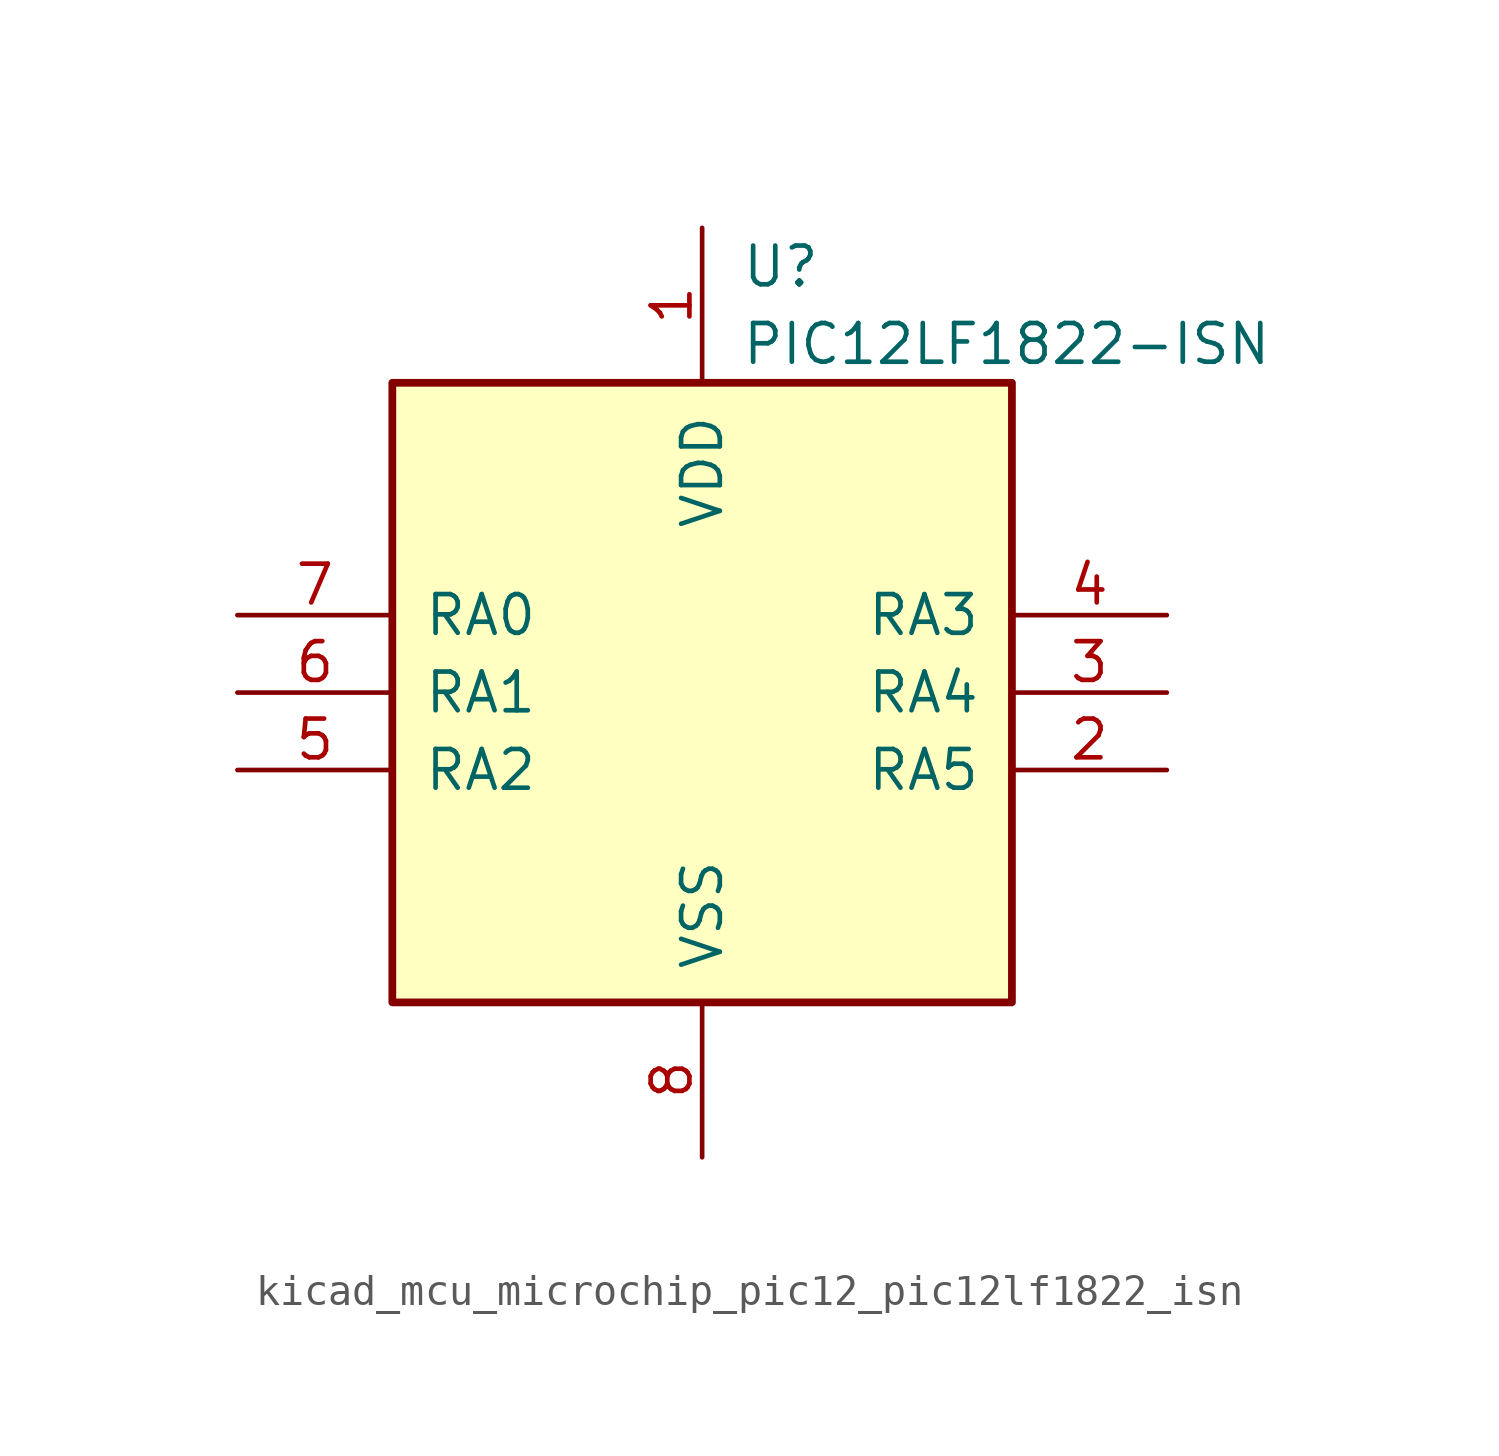
<source format=kicad_sym>
(kicad_symbol_lib
  (version 20220914)
  (generator kicad_symbol_editor)
  (symbol "kicad_mcu_microchip_pic12_pic12lf1822_isn"
    (pin_names
      (offset 1.016))
    (property "Reference" "U"
      (at 1.27 13.97 0)
      (effects (font (size 1.27 1.27)) (justify left)))
    (property "Value" "PIC12LF1822-ISN"
      (at 1.27 11.43 0)
      (effects (font (size 1.27 1.27)) (justify left)))
    (symbol "kicad_mcu_microchip_pic12_pic12lf1822_isn_0_1"
      (rectangle (start 10.16 -10.16) (end -10.16 10.16) (stroke (width 0.254) (type default)) (fill (type background))))
    (symbol "kicad_mcu_microchip_pic12_pic12lf1822_isn_1_1"
      (pin power_in line (at 0 15.24 270) (length 5.08) (name "VDD" (effects (font (size 1.27 1.27)))) (number "1" (effects (font (size 1.27 1.27)))))
      (pin bidirectional line (at 15.24 -2.54 180) (length 5.08) (name "RA5" (effects (font (size 1.27 1.27)))) (number "2" (effects (font (size 1.27 1.27)))))
      (pin bidirectional line (at 15.24 0 180) (length 5.08) (name "RA4" (effects (font (size 1.27 1.27)))) (number "3" (effects (font (size 1.27 1.27)))))
      (pin input line (at 15.24 2.54 180) (length 5.08) (name "RA3" (effects (font (size 1.27 1.27)))) (number "4" (effects (font (size 1.27 1.27)))))
      (pin bidirectional line (at -15.24 -2.54 0) (length 5.08) (name "RA2" (effects (font (size 1.27 1.27)))) (number "5" (effects (font (size 1.27 1.27)))))
      (pin bidirectional line (at -15.24 0 0) (length 5.08) (name "RA1" (effects (font (size 1.27 1.27)))) (number "6" (effects (font (size 1.27 1.27)))))
      (pin bidirectional line (at -15.24 2.54 0) (length 5.08) (name "RA0" (effects (font (size 1.27 1.27)))) (number "7" (effects (font (size 1.27 1.27)))))
      (pin power_in line (at 0 -15.24 90) (length 5.08) (name "VSS" (effects (font (size 1.27 1.27)))) (number "8" (effects (font (size 1.27 1.27))))))))
</source>
